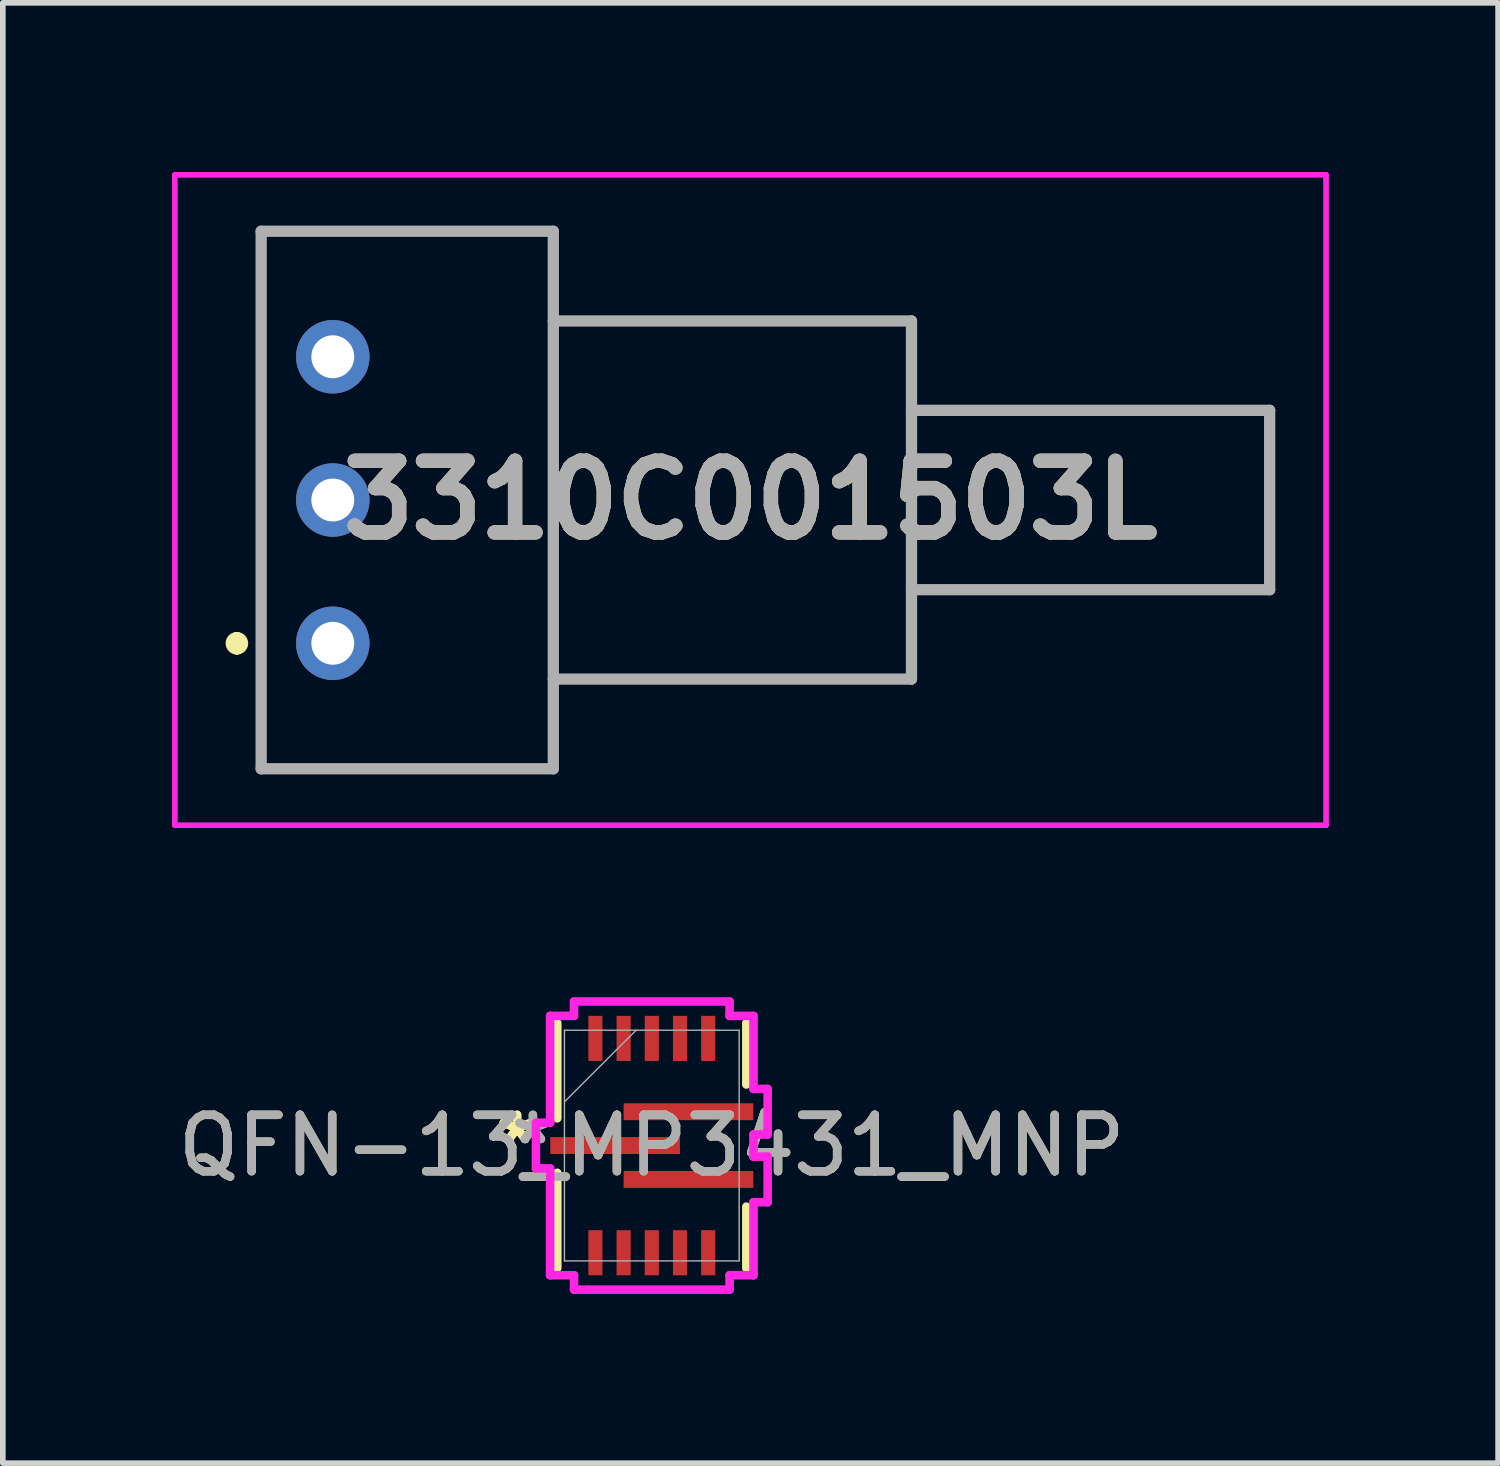
<source format=kicad_pcb>
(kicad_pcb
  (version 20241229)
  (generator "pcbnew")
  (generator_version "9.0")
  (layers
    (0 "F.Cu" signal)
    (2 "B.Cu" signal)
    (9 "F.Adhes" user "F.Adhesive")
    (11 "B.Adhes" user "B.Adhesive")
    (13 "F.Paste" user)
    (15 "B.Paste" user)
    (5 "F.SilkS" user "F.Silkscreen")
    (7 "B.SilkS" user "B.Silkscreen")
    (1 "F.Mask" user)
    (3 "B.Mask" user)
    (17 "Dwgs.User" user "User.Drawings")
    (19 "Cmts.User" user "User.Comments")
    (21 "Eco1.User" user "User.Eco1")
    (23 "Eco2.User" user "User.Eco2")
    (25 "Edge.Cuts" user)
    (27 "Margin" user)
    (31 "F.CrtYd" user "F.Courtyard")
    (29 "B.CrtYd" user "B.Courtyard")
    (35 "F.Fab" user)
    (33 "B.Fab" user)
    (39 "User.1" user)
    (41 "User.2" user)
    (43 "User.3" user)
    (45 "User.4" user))
  (footprint "QFN-13_MP3431_MNP"
    (layer "F.Cu")
    (at 8.506 17.26)
    (property "Reference" "QFN-13_MP3431_MNP" (at 0 0 0) (unlocked yes) (layer "F.SilkS") (effects (font (size 1 1) (thickness 0.15))))
    (attr smd)
    (fp_line (start -1.676 -0.483) (end -1.676 -2.172) (stroke (width 0.152) (type solid)) (layer "F.SilkS"))
    (fp_line (start -1.676 2.172) (end -1.676 0.483) (stroke (width 0.152) (type solid)) (layer "F.SilkS"))
    (fp_line (start 1.676 -2.172) (end 1.676 -1.083) (stroke (width 0.152) (type solid)) (layer "F.SilkS"))
    (fp_line (start 1.676 1.083) (end 1.676 2.172) (stroke (width 0.152) (type solid)) (layer "F.SilkS"))
    (fp_line (start -2.054 -0.404) (end -2.054 0.404) (stroke (width 0.152) (type solid)) (layer "F.CrtYd"))
    (fp_line (start -2.054 0.404) (end -1.803 0.404) (stroke (width 0.152) (type solid)) (layer "F.CrtYd"))
    (fp_line (start -1.803 -2.299) (end -1.803 -0.404) (stroke (width 0.152) (type solid)) (layer "F.CrtYd"))
    (fp_line (start -1.803 -0.404) (end -2.054 -0.404) (stroke (width 0.152) (type solid)) (layer "F.CrtYd"))
    (fp_line (start -1.803 0.404) (end -1.803 2.299) (stroke (width 0.152) (type solid)) (layer "F.CrtYd"))
    (fp_line (start -1.803 2.299) (end -1.379 2.299) (stroke (width 0.152) (type solid)) (layer "F.CrtYd"))
    (fp_line (start -1.379 -2.554) (end -1.379 -2.299) (stroke (width 0.152) (type solid)) (layer "F.CrtYd"))
    (fp_line (start -1.379 -2.299) (end -1.803 -2.299) (stroke (width 0.152) (type solid)) (layer "F.CrtYd"))
    (fp_line (start -1.379 2.299) (end -1.379 2.554) (stroke (width 0.152) (type solid)) (layer "F.CrtYd"))
    (fp_line (start -1.379 2.554) (end 1.379 2.554) (stroke (width 0.152) (type solid)) (layer "F.CrtYd"))
    (fp_line (start 1.379 -2.554) (end -1.379 -2.554) (stroke (width 0.152) (type solid)) (layer "F.CrtYd"))
    (fp_line (start 1.379 -2.299) (end 1.379 -2.554) (stroke (width 0.152) (type solid)) (layer "F.CrtYd"))
    (fp_line (start 1.379 2.299) (end 1.803 2.299) (stroke (width 0.152) (type solid)) (layer "F.CrtYd"))
    (fp_line (start 1.379 2.554) (end 1.379 2.299) (stroke (width 0.152) (type solid)) (layer "F.CrtYd"))
    (fp_line (start 1.803 -2.299) (end 1.379 -2.299) (stroke (width 0.152) (type solid)) (layer "F.CrtYd"))
    (fp_line (start 1.803 -1.004) (end 1.803 -2.299) (stroke (width 0.152) (type solid)) (layer "F.CrtYd"))
    (fp_line (start 1.803 -0.196) (end 2.054 -0.196) (stroke (width 0.152) (type solid)) (layer "F.CrtYd"))
    (fp_line (start 1.803 0.196) (end 1.803 -0.196) (stroke (width 0.152) (type solid)) (layer "F.CrtYd"))
    (fp_line (start 1.803 1.004) (end 2.054 1.004) (stroke (width 0.152) (type solid)) (layer "F.CrtYd"))
    (fp_line (start 1.803 2.299) (end 1.803 1.004) (stroke (width 0.152) (type solid)) (layer "F.CrtYd"))
    (fp_line (start 2.054 -1.004) (end 1.803 -1.004) (stroke (width 0.152) (type solid)) (layer "F.CrtYd"))
    (fp_line (start 2.054 -0.196) (end 2.054 -1.004) (stroke (width 0.152) (type solid)) (layer "F.CrtYd"))
    (fp_line (start 2.054 0.196) (end 1.803 0.196) (stroke (width 0.152) (type solid)) (layer "F.CrtYd"))
    (fp_line (start 2.054 1.004) (end 2.054 0.196) (stroke (width 0.152) (type solid)) (layer "F.CrtYd"))
    (fp_line (start -1.549 -2.045) (end -1.549 2.045) (stroke (width 0.025) (type solid)) (layer "F.Fab"))
    (fp_line (start -1.549 -0.775) (end -0.279 -2.045) (stroke (width 0.025) (type solid)) (layer "F.Fab"))
    (fp_line (start -1.549 2.045) (end 1.549 2.045) (stroke (width 0.025) (type solid)) (layer "F.Fab"))
    (fp_line (start 1.549 -2.045) (end -1.549 -2.045) (stroke (width 0.025) (type solid)) (layer "F.Fab"))
    (fp_line (start 1.549 2.045) (end 1.549 -2.045) (stroke (width 0.025) (type solid)) (layer "F.Fab"))
    (fp_text user "*" (at -2.388 0 0) (layer "F.SilkS") (effects (font (size 1 1) (thickness 0.15))))
    (fp_text user "*" (at -2.388 0 0) (unlocked yes) (layer "F.SilkS") (effects (font (size 1 1) (thickness 0.15))))
    (fp_text user "*" (at -2.108 0 0) (unlocked yes) (layer "F.Fab") (effects (font (size 1 1) (thickness 0.15))))
    (fp_text user "*" (at -2.108 0 0) (layer "F.Fab") (effects (font (size 1 1) (thickness 0.15))))
    (fp_text user "${REFERENCE}" (at 0 0 0) (unlocked yes) (layer "F.Fab") (effects (font (size 1 1) (thickness 0.15))))
    (pad "1" smd rect (at -0.65 0) (size 2.3 0.3) (layers "F.Cu" "F.Mask" "F.Paste"))
    (pad "2" smd rect (at -1 1.9 90) (size 0.8 0.25) (layers "F.Cu" "F.Mask" "F.Paste"))
    (pad "3" smd rect (at -0.5 1.9 90) (size 0.8 0.25) (layers "F.Cu" "F.Mask" "F.Paste"))
    (pad "4" smd rect (at 0 1.9 90) (size 0.8 0.25) (layers "F.Cu" "F.Mask" "F.Paste"))
    (pad "5" smd rect (at 0.5 1.9 90) (size 0.8 0.25) (layers "F.Cu" "F.Mask" "F.Paste"))
    (pad "6" smd rect (at 1 1.9 90) (size 0.8 0.25) (layers "F.Cu" "F.Mask" "F.Paste"))
    (pad "7" smd rect (at 0.65 0.6) (size 2.3 0.3) (layers "F.Cu" "F.Mask" "F.Paste"))
    (pad "8" smd rect (at 0.65 -0.6) (size 2.3 0.3) (layers "F.Cu" "F.Mask" "F.Paste"))
    (pad "9" smd rect (at 1 -1.9 90) (size 0.8 0.25) (layers "F.Cu" "F.Mask" "F.Paste"))
    (pad "10" smd rect (at 0.5 -1.9 90) (size 0.8 0.25) (layers "F.Cu" "F.Mask" "F.Paste"))
    (pad "11" smd rect (at 0 -1.9 90) (size 0.8 0.25) (layers "F.Cu" "F.Mask" "F.Paste"))
    (pad "12" smd rect (at -0.5 -1.9 90) (size 0.8 0.25) (layers "F.Cu" "F.Mask" "F.Paste"))
    (pad "13" smd rect (at -1 -1.9 90) (size 0.8 0.25) (layers "F.Cu" "F.Mask" "F.Paste")))
  (footprint "3310C001503L"
    (layer "F.Cu")
    (at 2.85 8.355)
    (property "Reference" "3310C001503L" (at 7.405 -2.54 0) (layer "F.SilkS") (effects (font (size 1.27 1.27) (thickness 0.254))))
    (attr through_hole)
    (fp_line (start -1.7 -0.1) (end -1.7 -0.1) (stroke (width 0.2) (type solid)) (layer "F.SilkS"))
    (fp_line (start -1.7 0.1) (end -1.7 0.1) (stroke (width 0.2) (type solid)) (layer "F.SilkS"))
    (fp_line (start -1.27 -7.305) (end 3.91 -7.305) (stroke (width 0.1) (type solid)) (layer "F.SilkS"))
    (fp_line (start -1.27 2.225) (end -1.27 -7.305) (stroke (width 0.1) (type solid)) (layer "F.SilkS"))
    (fp_line (start 3.91 -7.305) (end 3.91 2.225) (stroke (width 0.1) (type solid)) (layer "F.SilkS"))
    (fp_line (start 3.91 2.225) (end -1.27 2.225) (stroke (width 0.1) (type solid)) (layer "F.SilkS"))
    (fp_arc (start -1.7 -0.1) (mid -1.6 0) (end -1.7 0.1) (stroke (width 0.2) (type solid)) (layer "F.SilkS"))
    (fp_arc (start -1.7 0.1) (mid -1.8 0) (end -1.7 -0.1) (stroke (width 0.2) (type solid)) (layer "F.SilkS"))
    (fp_line (start -2.8 -8.305) (end 17.61 -8.305) (stroke (width 0.1) (type solid)) (layer "F.CrtYd"))
    (fp_line (start -2.8 3.225) (end -2.8 -8.305) (stroke (width 0.1) (type solid)) (layer "F.CrtYd"))
    (fp_line (start 17.61 -8.305) (end 17.61 3.225) (stroke (width 0.1) (type solid)) (layer "F.CrtYd"))
    (fp_line (start 17.61 3.225) (end -2.8 3.225) (stroke (width 0.1) (type solid)) (layer "F.CrtYd"))
    (fp_line (start -1.27 -7.305) (end 3.91 -7.305) (stroke (width 0.2) (type solid)) (layer "F.Fab"))
    (fp_line (start -1.27 2.225) (end -1.27 -7.305) (stroke (width 0.2) (type solid)) (layer "F.Fab"))
    (fp_line (start 3.91 -7.305) (end 3.91 2.225) (stroke (width 0.2) (type solid)) (layer "F.Fab"))
    (fp_line (start 3.91 -5.715) (end 10.26 -5.715) (stroke (width 0.2) (type solid)) (layer "F.Fab"))
    (fp_line (start 3.91 2.225) (end -1.27 2.225) (stroke (width 0.2) (type solid)) (layer "F.Fab"))
    (fp_line (start 10.26 -5.715) (end 10.26 0.635) (stroke (width 0.2) (type solid)) (layer "F.Fab"))
    (fp_line (start 10.26 -4.13) (end 16.61 -4.13) (stroke (width 0.2) (type solid)) (layer "F.Fab"))
    (fp_line (start 10.26 0.635) (end 3.91 0.635) (stroke (width 0.2) (type solid)) (layer "F.Fab"))
    (fp_line (start 16.61 -4.13) (end 16.61 -0.95) (stroke (width 0.2) (type solid)) (layer "F.Fab"))
    (fp_line (start 16.61 -0.95) (end 10.26 -0.95) (stroke (width 0.2) (type solid)) (layer "F.Fab"))
    (fp_text user "${REFERENCE}" (at 7.405 -2.54 0) (layer "F.Fab") (effects (font (size 1.27 1.27) (thickness 0.254))))
    (pad "1" thru_hole circle (at 0 0) (size 1.303 1.303) (drill 0.76) (layers "*.Cu" "*.Mask"))
    (pad "2" thru_hole circle (at 0 -2.54) (size 1.303 1.303) (drill 0.76) (layers "*.Cu" "*.Mask"))
    (pad "3" thru_hole circle (at 0 -5.08) (size 1.303 1.303) (drill 0.76) (layers "*.Cu" "*.Mask")))
  (gr_rect
    (start -3 -3)
    (end 23.51 22.89)
    (stroke (width 0.1) (type default))
    (fill no)
    (layer "Edge.Cuts")))
</source>
